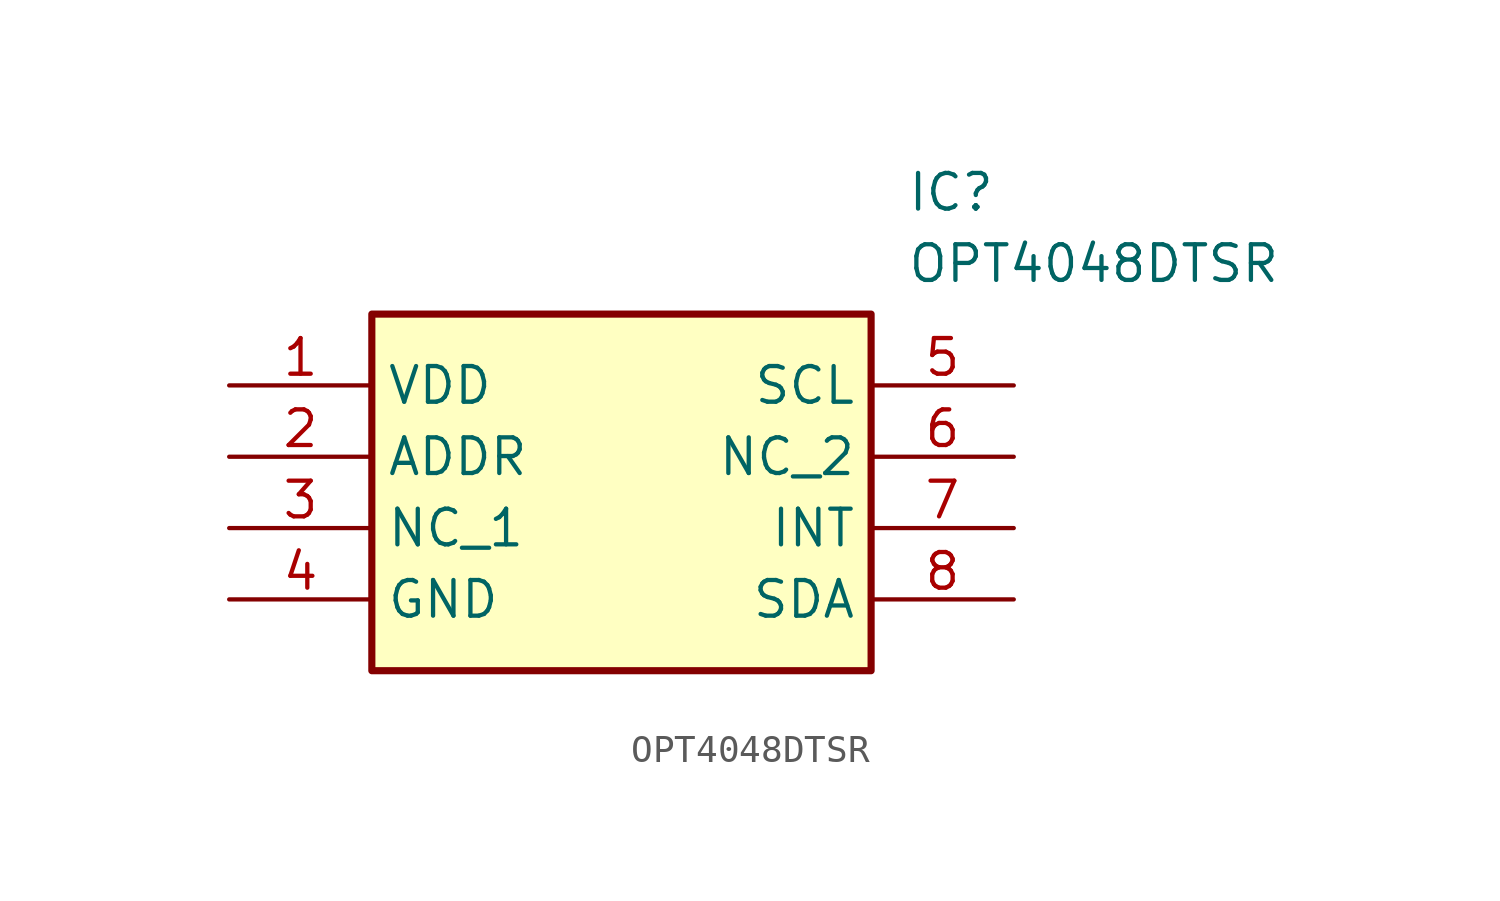
<source format=kicad_sym>
(kicad_symbol_lib
  (version 20211014)
  (generator SamacSys_ECAD_Model)
  (symbol "OPT4048DTSR"
    (property "Reference" "IC"
      (at 24.13 7.62 0)
      (effects (font (size 1.27 1.27)) (justify left top)))
    (property "Value" "OPT4048DTSR"
      (at 24.13 5.08 0)
      (effects (font (size 1.27 1.27)) (justify left top)))
    (rectangle
      (start 5.08 2.54)
      (end 22.86 -10.16)
      (stroke (width 0.254) (type default))
      (fill (type background)))
    (pin passive line
      (at 0 0 0)
      (length 5.08)
      (name "VDD" (effects (font (size 1.27 1.27))))
      (number "1" (effects (font (size 1.27 1.27)))))
    (pin passive line
      (at 0 -2.54 0)
      (length 5.08)
      (name "ADDR" (effects (font (size 1.27 1.27))))
      (number "2" (effects (font (size 1.27 1.27)))))
    (pin passive line
      (at 0 -5.08 0)
      (length 5.08)
      (name "NC_1" (effects (font (size 1.27 1.27))))
      (number "3" (effects (font (size 1.27 1.27)))))
    (pin passive line
      (at 0 -7.62 0)
      (length 5.08)
      (name "GND" (effects (font (size 1.27 1.27))))
      (number "4" (effects (font (size 1.27 1.27)))))
    (pin passive line
      (at 27.94 0 180)
      (length 5.08)
      (name "SCL" (effects (font (size 1.27 1.27))))
      (number "5" (effects (font (size 1.27 1.27)))))
    (pin passive line
      (at 27.94 -2.54 180)
      (length 5.08)
      (name "NC_2" (effects (font (size 1.27 1.27))))
      (number "6" (effects (font (size 1.27 1.27)))))
    (pin passive line
      (at 27.94 -5.08 180)
      (length 5.08)
      (name "INT" (effects (font (size 1.27 1.27))))
      (number "7" (effects (font (size 1.27 1.27)))))
    (pin passive line
      (at 27.94 -7.62 180)
      (length 5.08)
      (name "SDA" (effects (font (size 1.27 1.27))))
      (number "8" (effects (font (size 1.27 1.27)))))))
</source>
